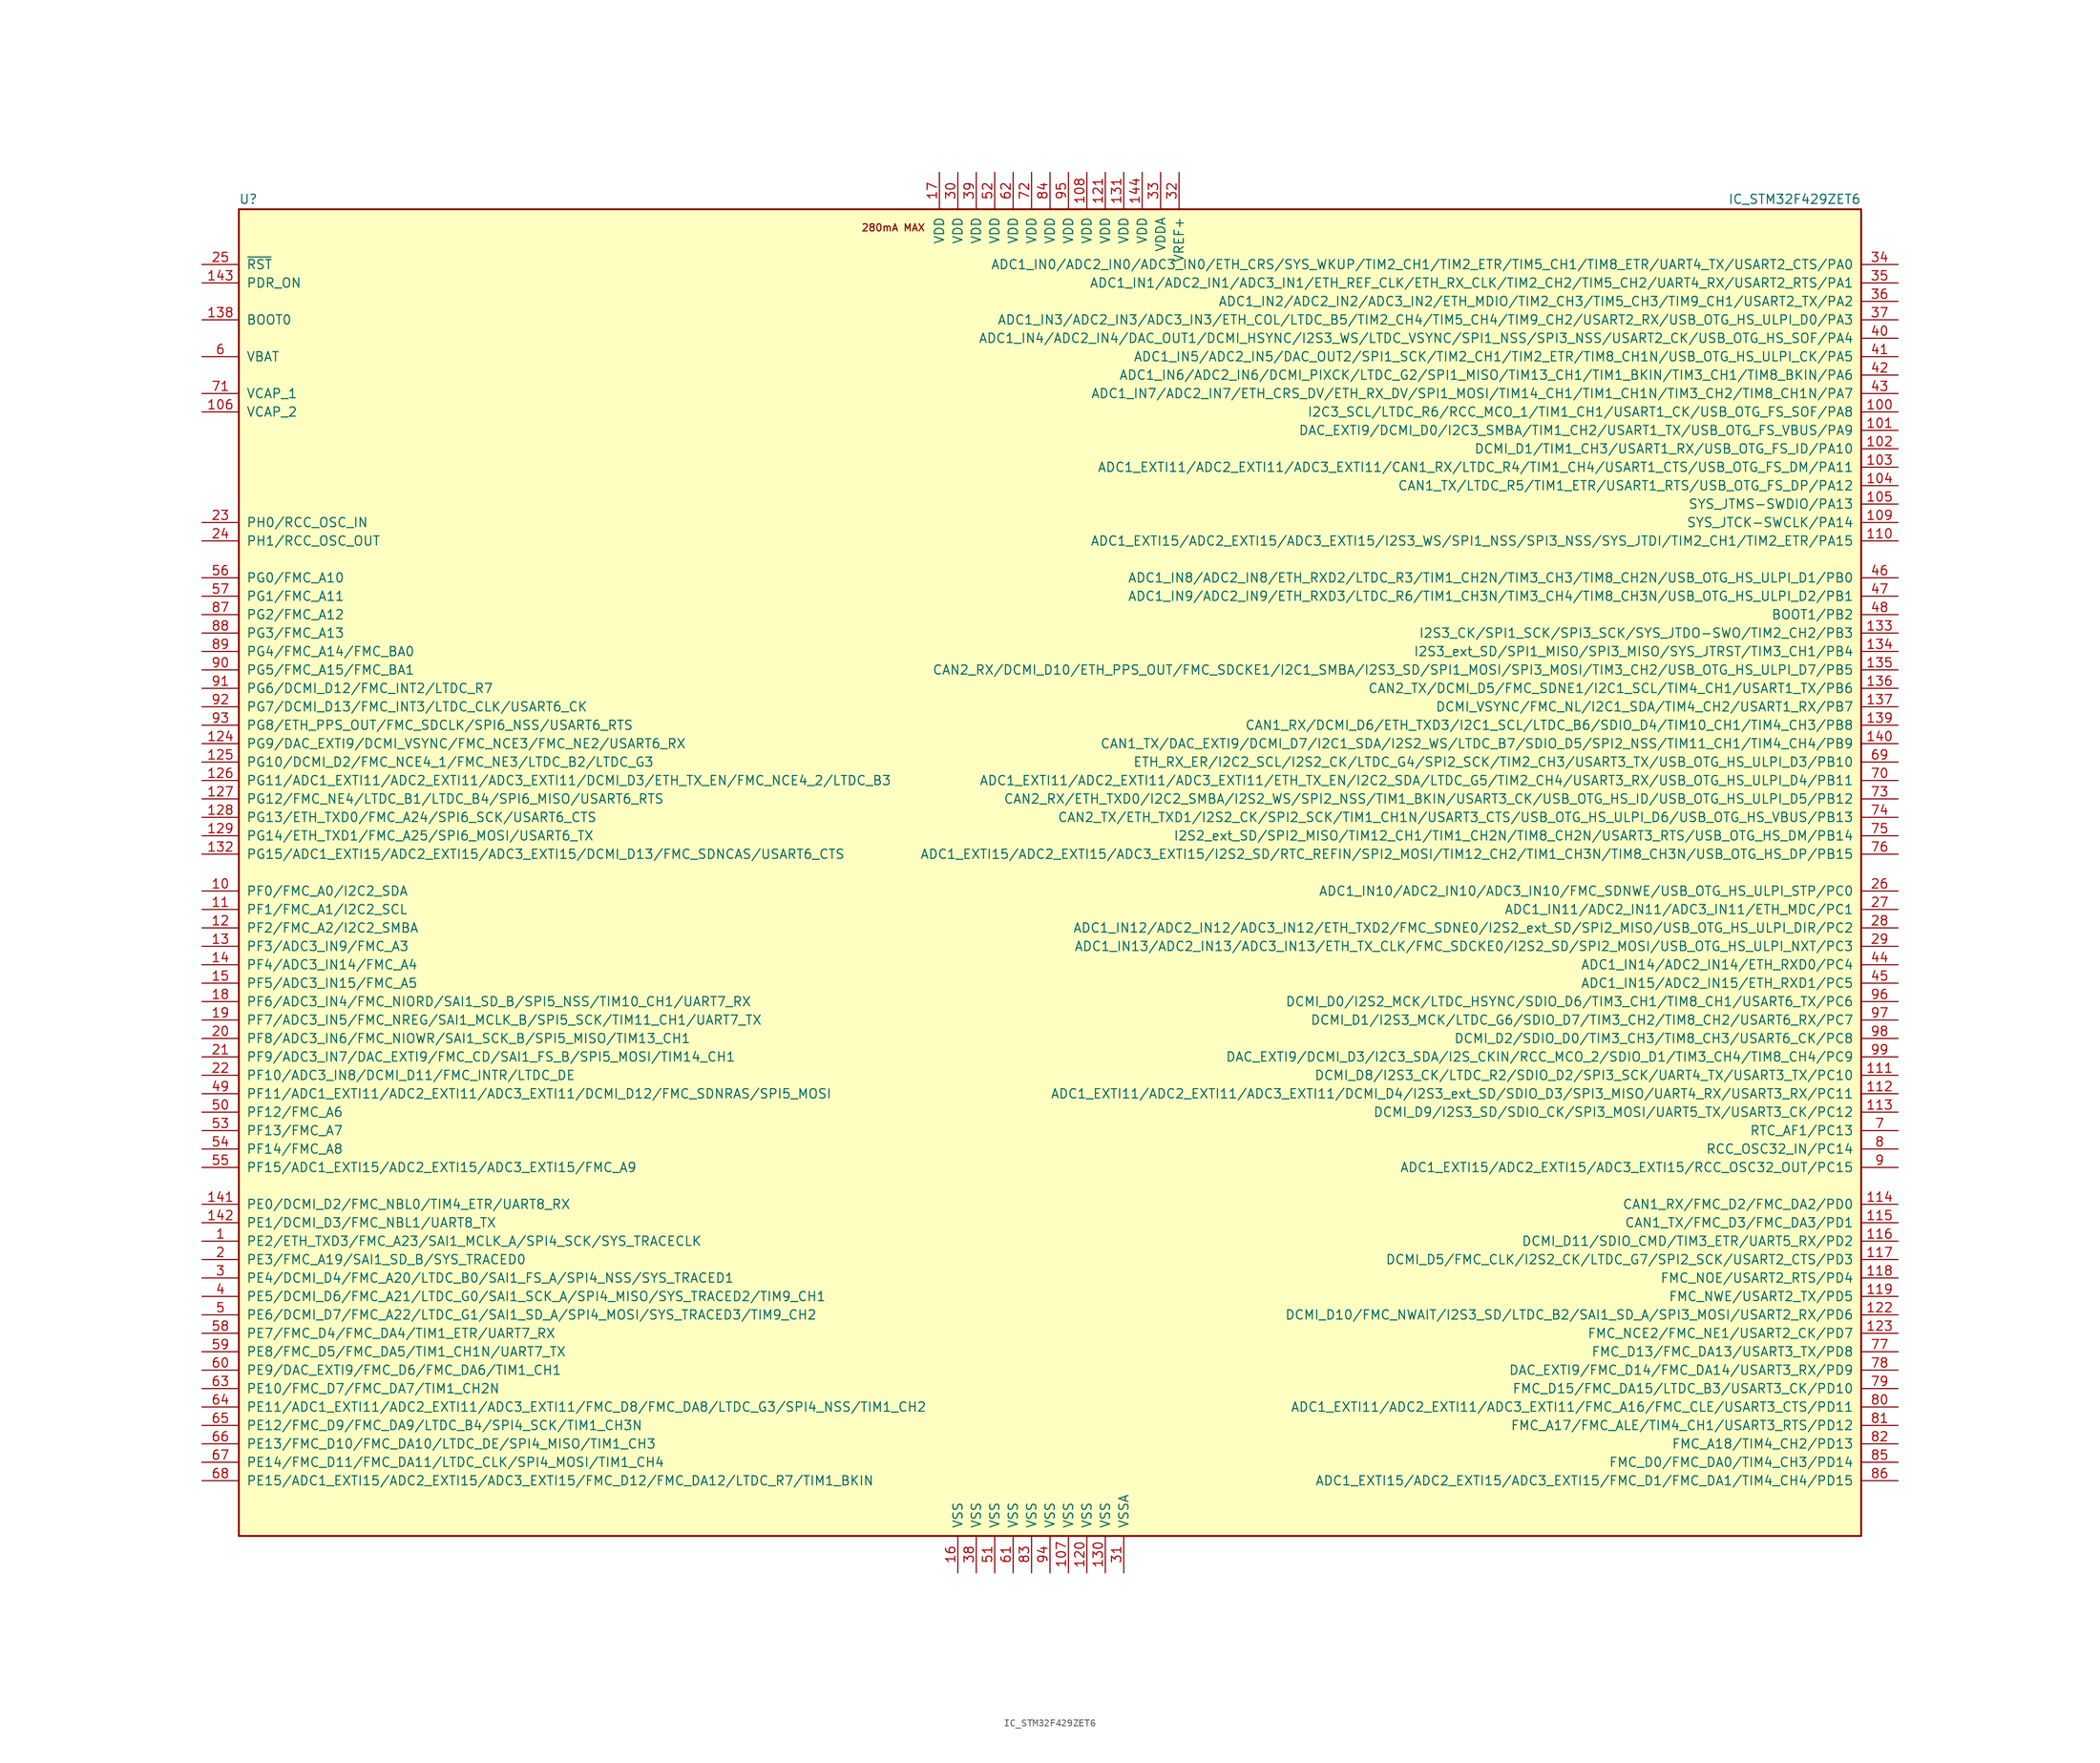
<source format=kicad_sym>
(kicad_symbol_lib
  (version 20211014)
  (generator kicad_symbol_editor)
  (symbol "IC_STM32F429ZET6"
    (pin_names
      (offset 1.016))
    (property "Reference" "U"
      (at -111.76 92.075 0)
      (effects (font (size 1.27 1.27)) (justify left bottom)))
    (property "Value" "IC_STM32F429ZET6"
      (at 111.76 92.075 0)
      (effects (font (size 1.27 1.27)) (justify right bottom)))
    (symbol "IC_STM32F429ZET6_0_0"
      (text "280mA MAX" (at -21.59 88.9 0) (effects (font (size 0.991 0.991)))))
    (symbol "IC_STM32F429ZET6_0_1"
      (rectangle (start -111.76 -91.44) (end 111.76 91.44) (stroke (width 0.254) (type default) (color 0 0 0 0)) (fill (type background))))
    (symbol "IC_STM32F429ZET6_1_1"
      (pin bidirectional line (at -116.84 -50.8 0) (length 5.08) (name "PE2/ETH_TXD3/FMC_A23/SAI1_MCLK_A/SPI4_SCK/SYS_TRACECLK" (effects (font (size 1.27 1.27)))) (number "1" (effects (font (size 1.27 1.27)))))
      (pin bidirectional line (at -116.84 -2.54 0) (length 5.08) (name "PF0/FMC_A0/I2C2_SDA" (effects (font (size 1.27 1.27)))) (number "10" (effects (font (size 1.27 1.27)))))
      (pin bidirectional line (at 116.84 63.5 180) (length 5.08) (name "I2C3_SCL/LTDC_R6/RCC_MCO_1/TIM1_CH1/USART1_CK/USB_OTG_FS_SOF/PA8" (effects (font (size 1.27 1.27)))) (number "100" (effects (font (size 1.27 1.27)))))
      (pin bidirectional line (at 116.84 60.96 180) (length 5.08) (name "DAC_EXTI9/DCMI_D0/I2C3_SMBA/TIM1_CH2/USART1_TX/USB_OTG_FS_VBUS/PA9" (effects (font (size 1.27 1.27)))) (number "101" (effects (font (size 1.27 1.27)))))
      (pin bidirectional line (at 116.84 58.42 180) (length 5.08) (name "DCMI_D1/TIM1_CH3/USART1_RX/USB_OTG_FS_ID/PA10" (effects (font (size 1.27 1.27)))) (number "102" (effects (font (size 1.27 1.27)))))
      (pin bidirectional line (at 116.84 55.88 180) (length 5.08) (name "ADC1_EXTI11/ADC2_EXTI11/ADC3_EXTI11/CAN1_RX/LTDC_R4/TIM1_CH4/USART1_CTS/USB_OTG_FS_DM/PA11" (effects (font (size 1.27 1.27)))) (number "103" (effects (font (size 1.27 1.27)))))
      (pin bidirectional line (at 116.84 53.34 180) (length 5.08) (name "CAN1_TX/LTDC_R5/TIM1_ETR/USART1_RTS/USB_OTG_FS_DP/PA12" (effects (font (size 1.27 1.27)))) (number "104" (effects (font (size 1.27 1.27)))))
      (pin bidirectional line (at 116.84 50.8 180) (length 5.08) (name "SYS_JTMS-SWDIO/PA13" (effects (font (size 1.27 1.27)))) (number "105" (effects (font (size 1.27 1.27)))))
      (pin passive line (at -116.84 63.5 0) (length 5.08) (name "VCAP_2" (effects (font (size 1.27 1.27)))) (number "106" (effects (font (size 1.27 1.27)))))
      (pin power_in line (at 2.54 -96.52 90) (length 5.08) (name "VSS" (effects (font (size 1.27 1.27)))) (number "107" (effects (font (size 1.27 1.27)))))
      (pin power_in line (at 5.08 96.52 270) (length 5.08) (name "VDD" (effects (font (size 1.27 1.27)))) (number "108" (effects (font (size 1.27 1.27)))))
      (pin bidirectional line (at 116.84 48.26 180) (length 5.08) (name "SYS_JTCK-SWCLK/PA14" (effects (font (size 1.27 1.27)))) (number "109" (effects (font (size 1.27 1.27)))))
      (pin bidirectional line (at -116.84 -5.08 0) (length 5.08) (name "PF1/FMC_A1/I2C2_SCL" (effects (font (size 1.27 1.27)))) (number "11" (effects (font (size 1.27 1.27)))))
      (pin bidirectional line (at 116.84 45.72 180) (length 5.08) (name "ADC1_EXTI15/ADC2_EXTI15/ADC3_EXTI15/I2S3_WS/SPI1_NSS/SPI3_NSS/SYS_JTDI/TIM2_CH1/TIM2_ETR/PA15" (effects (font (size 1.27 1.27)))) (number "110" (effects (font (size 1.27 1.27)))))
      (pin bidirectional line (at 116.84 -27.94 180) (length 5.08) (name "DCMI_D8/I2S3_CK/LTDC_R2/SDIO_D2/SPI3_SCK/UART4_TX/USART3_TX/PC10" (effects (font (size 1.27 1.27)))) (number "111" (effects (font (size 1.27 1.27)))))
      (pin bidirectional line (at 116.84 -30.48 180) (length 5.08) (name "ADC1_EXTI11/ADC2_EXTI11/ADC3_EXTI11/DCMI_D4/I2S3_ext_SD/SDIO_D3/SPI3_MISO/UART4_RX/USART3_RX/PC11" (effects (font (size 1.27 1.27)))) (number "112" (effects (font (size 1.27 1.27)))))
      (pin bidirectional line (at 116.84 -33.02 180) (length 5.08) (name "DCMI_D9/I2S3_SD/SDIO_CK/SPI3_MOSI/UART5_TX/USART3_CK/PC12" (effects (font (size 1.27 1.27)))) (number "113" (effects (font (size 1.27 1.27)))))
      (pin bidirectional line (at 116.84 -45.72 180) (length 5.08) (name "CAN1_RX/FMC_D2/FMC_DA2/PD0" (effects (font (size 1.27 1.27)))) (number "114" (effects (font (size 1.27 1.27)))))
      (pin bidirectional line (at 116.84 -48.26 180) (length 5.08) (name "CAN1_TX/FMC_D3/FMC_DA3/PD1" (effects (font (size 1.27 1.27)))) (number "115" (effects (font (size 1.27 1.27)))))
      (pin bidirectional line (at 116.84 -50.8 180) (length 5.08) (name "DCMI_D11/SDIO_CMD/TIM3_ETR/UART5_RX/PD2" (effects (font (size 1.27 1.27)))) (number "116" (effects (font (size 1.27 1.27)))))
      (pin bidirectional line (at 116.84 -53.34 180) (length 5.08) (name "DCMI_D5/FMC_CLK/I2S2_CK/LTDC_G7/SPI2_SCK/USART2_CTS/PD3" (effects (font (size 1.27 1.27)))) (number "117" (effects (font (size 1.27 1.27)))))
      (pin bidirectional line (at 116.84 -55.88 180) (length 5.08) (name "FMC_NOE/USART2_RTS/PD4" (effects (font (size 1.27 1.27)))) (number "118" (effects (font (size 1.27 1.27)))))
      (pin bidirectional line (at 116.84 -58.42 180) (length 5.08) (name "FMC_NWE/USART2_TX/PD5" (effects (font (size 1.27 1.27)))) (number "119" (effects (font (size 1.27 1.27)))))
      (pin bidirectional line (at -116.84 -7.62 0) (length 5.08) (name "PF2/FMC_A2/I2C2_SMBA" (effects (font (size 1.27 1.27)))) (number "12" (effects (font (size 1.27 1.27)))))
      (pin power_in line (at 5.08 -96.52 90) (length 5.08) (name "VSS" (effects (font (size 1.27 1.27)))) (number "120" (effects (font (size 1.27 1.27)))))
      (pin power_in line (at 7.62 96.52 270) (length 5.08) (name "VDD" (effects (font (size 1.27 1.27)))) (number "121" (effects (font (size 1.27 1.27)))))
      (pin bidirectional line (at 116.84 -60.96 180) (length 5.08) (name "DCMI_D10/FMC_NWAIT/I2S3_SD/LTDC_B2/SAI1_SD_A/SPI3_MOSI/USART2_RX/PD6" (effects (font (size 1.27 1.27)))) (number "122" (effects (font (size 1.27 1.27)))))
      (pin bidirectional line (at 116.84 -63.5 180) (length 5.08) (name "FMC_NCE2/FMC_NE1/USART2_CK/PD7" (effects (font (size 1.27 1.27)))) (number "123" (effects (font (size 1.27 1.27)))))
      (pin bidirectional line (at -116.84 17.78 0) (length 5.08) (name "PG9/DAC_EXTI9/DCMI_VSYNC/FMC_NCE3/FMC_NE2/USART6_RX" (effects (font (size 1.27 1.27)))) (number "124" (effects (font (size 1.27 1.27)))))
      (pin bidirectional line (at -116.84 15.24 0) (length 5.08) (name "PG10/DCMI_D2/FMC_NCE4_1/FMC_NE3/LTDC_B2/LTDC_G3" (effects (font (size 1.27 1.27)))) (number "125" (effects (font (size 1.27 1.27)))))
      (pin bidirectional line (at -116.84 12.7 0) (length 5.08) (name "PG11/ADC1_EXTI11/ADC2_EXTI11/ADC3_EXTI11/DCMI_D3/ETH_TX_EN/FMC_NCE4_2/LTDC_B3" (effects (font (size 1.27 1.27)))) (number "126" (effects (font (size 1.27 1.27)))))
      (pin bidirectional line (at -116.84 10.16 0) (length 5.08) (name "PG12/FMC_NE4/LTDC_B1/LTDC_B4/SPI6_MISO/USART6_RTS" (effects (font (size 1.27 1.27)))) (number "127" (effects (font (size 1.27 1.27)))))
      (pin bidirectional line (at -116.84 7.62 0) (length 5.08) (name "PG13/ETH_TXD0/FMC_A24/SPI6_SCK/USART6_CTS" (effects (font (size 1.27 1.27)))) (number "128" (effects (font (size 1.27 1.27)))))
      (pin bidirectional line (at -116.84 5.08 0) (length 5.08) (name "PG14/ETH_TXD1/FMC_A25/SPI6_MOSI/USART6_TX" (effects (font (size 1.27 1.27)))) (number "129" (effects (font (size 1.27 1.27)))))
      (pin bidirectional line (at -116.84 -10.16 0) (length 5.08) (name "PF3/ADC3_IN9/FMC_A3" (effects (font (size 1.27 1.27)))) (number "13" (effects (font (size 1.27 1.27)))))
      (pin power_in line (at 7.62 -96.52 90) (length 5.08) (name "VSS" (effects (font (size 1.27 1.27)))) (number "130" (effects (font (size 1.27 1.27)))))
      (pin power_in line (at 10.16 96.52 270) (length 5.08) (name "VDD" (effects (font (size 1.27 1.27)))) (number "131" (effects (font (size 1.27 1.27)))))
      (pin bidirectional line (at -116.84 2.54 0) (length 5.08) (name "PG15/ADC1_EXTI15/ADC2_EXTI15/ADC3_EXTI15/DCMI_D13/FMC_SDNCAS/USART6_CTS" (effects (font (size 1.27 1.27)))) (number "132" (effects (font (size 1.27 1.27)))))
      (pin bidirectional line (at 116.84 33.02 180) (length 5.08) (name "I2S3_CK/SPI1_SCK/SPI3_SCK/SYS_JTDO-SWO/TIM2_CH2/PB3" (effects (font (size 1.27 1.27)))) (number "133" (effects (font (size 1.27 1.27)))))
      (pin bidirectional line (at 116.84 30.48 180) (length 5.08) (name "I2S3_ext_SD/SPI1_MISO/SPI3_MISO/SYS_JTRST/TIM3_CH1/PB4" (effects (font (size 1.27 1.27)))) (number "134" (effects (font (size 1.27 1.27)))))
      (pin bidirectional line (at 116.84 27.94 180) (length 5.08) (name "CAN2_RX/DCMI_D10/ETH_PPS_OUT/FMC_SDCKE1/I2C1_SMBA/I2S3_SD/SPI1_MOSI/SPI3_MOSI/TIM3_CH2/USB_OTG_HS_ULPI_D7/PB5" (effects (font (size 1.27 1.27)))) (number "135" (effects (font (size 1.27 1.27)))))
      (pin bidirectional line (at 116.84 25.4 180) (length 5.08) (name "CAN2_TX/DCMI_D5/FMC_SDNE1/I2C1_SCL/TIM4_CH1/USART1_TX/PB6" (effects (font (size 1.27 1.27)))) (number "136" (effects (font (size 1.27 1.27)))))
      (pin bidirectional line (at 116.84 22.86 180) (length 5.08) (name "DCMI_VSYNC/FMC_NL/I2C1_SDA/TIM4_CH2/USART1_RX/PB7" (effects (font (size 1.27 1.27)))) (number "137" (effects (font (size 1.27 1.27)))))
      (pin input line (at -116.84 76.2 0) (length 5.08) (name "BOOT0" (effects (font (size 1.27 1.27)))) (number "138" (effects (font (size 1.27 1.27)))))
      (pin bidirectional line (at 116.84 20.32 180) (length 5.08) (name "CAN1_RX/DCMI_D6/ETH_TXD3/I2C1_SCL/LTDC_B6/SDIO_D4/TIM10_CH1/TIM4_CH3/PB8" (effects (font (size 1.27 1.27)))) (number "139" (effects (font (size 1.27 1.27)))))
      (pin bidirectional line (at -116.84 -12.7 0) (length 5.08) (name "PF4/ADC3_IN14/FMC_A4" (effects (font (size 1.27 1.27)))) (number "14" (effects (font (size 1.27 1.27)))))
      (pin bidirectional line (at 116.84 17.78 180) (length 5.08) (name "CAN1_TX/DAC_EXTI9/DCMI_D7/I2C1_SDA/I2S2_WS/LTDC_B7/SDIO_D5/SPI2_NSS/TIM11_CH1/TIM4_CH4/PB9" (effects (font (size 1.27 1.27)))) (number "140" (effects (font (size 1.27 1.27)))))
      (pin bidirectional line (at -116.84 -45.72 0) (length 5.08) (name "PE0/DCMI_D2/FMC_NBL0/TIM4_ETR/UART8_RX" (effects (font (size 1.27 1.27)))) (number "141" (effects (font (size 1.27 1.27)))))
      (pin bidirectional line (at -116.84 -48.26 0) (length 5.08) (name "PE1/DCMI_D3/FMC_NBL1/UART8_TX" (effects (font (size 1.27 1.27)))) (number "142" (effects (font (size 1.27 1.27)))))
      (pin input line (at -116.84 81.28 0) (length 5.08) (name "PDR_ON" (effects (font (size 1.27 1.27)))) (number "143" (effects (font (size 1.27 1.27)))))
      (pin power_in line (at 12.7 96.52 270) (length 5.08) (name "VDD" (effects (font (size 1.27 1.27)))) (number "144" (effects (font (size 1.27 1.27)))))
      (pin bidirectional line (at -116.84 -15.24 0) (length 5.08) (name "PF5/ADC3_IN15/FMC_A5" (effects (font (size 1.27 1.27)))) (number "15" (effects (font (size 1.27 1.27)))))
      (pin power_in line (at -12.7 -96.52 90) (length 5.08) (name "VSS" (effects (font (size 1.27 1.27)))) (number "16" (effects (font (size 1.27 1.27)))))
      (pin power_in line (at -15.24 96.52 270) (length 5.08) (name "VDD" (effects (font (size 1.27 1.27)))) (number "17" (effects (font (size 1.27 1.27)))))
      (pin bidirectional line (at -116.84 -17.78 0) (length 5.08) (name "PF6/ADC3_IN4/FMC_NIORD/SAI1_SD_B/SPI5_NSS/TIM10_CH1/UART7_RX" (effects (font (size 1.27 1.27)))) (number "18" (effects (font (size 1.27 1.27)))))
      (pin bidirectional line (at -116.84 -20.32 0) (length 5.08) (name "PF7/ADC3_IN5/FMC_NREG/SAI1_MCLK_B/SPI5_SCK/TIM11_CH1/UART7_TX" (effects (font (size 1.27 1.27)))) (number "19" (effects (font (size 1.27 1.27)))))
      (pin bidirectional line (at -116.84 -53.34 0) (length 5.08) (name "PE3/FMC_A19/SAI1_SD_B/SYS_TRACED0" (effects (font (size 1.27 1.27)))) (number "2" (effects (font (size 1.27 1.27)))))
      (pin bidirectional line (at -116.84 -22.86 0) (length 5.08) (name "PF8/ADC3_IN6/FMC_NIOWR/SAI1_SCK_B/SPI5_MISO/TIM13_CH1" (effects (font (size 1.27 1.27)))) (number "20" (effects (font (size 1.27 1.27)))))
      (pin bidirectional line (at -116.84 -25.4 0) (length 5.08) (name "PF9/ADC3_IN7/DAC_EXTI9/FMC_CD/SAI1_FS_B/SPI5_MOSI/TIM14_CH1" (effects (font (size 1.27 1.27)))) (number "21" (effects (font (size 1.27 1.27)))))
      (pin bidirectional line (at -116.84 -27.94 0) (length 5.08) (name "PF10/ADC3_IN8/DCMI_D11/FMC_INTR/LTDC_DE" (effects (font (size 1.27 1.27)))) (number "22" (effects (font (size 1.27 1.27)))))
      (pin input line (at -116.84 48.26 0) (length 5.08) (name "PH0/RCC_OSC_IN" (effects (font (size 1.27 1.27)))) (number "23" (effects (font (size 1.27 1.27)))))
      (pin input line (at -116.84 45.72 0) (length 5.08) (name "PH1/RCC_OSC_OUT" (effects (font (size 1.27 1.27)))) (number "24" (effects (font (size 1.27 1.27)))))
      (pin input line (at -116.84 83.82 0) (length 5.08) (name "~{RST}" (effects (font (size 1.27 1.27)))) (number "25" (effects (font (size 1.27 1.27)))))
      (pin bidirectional line (at 116.84 -2.54 180) (length 5.08) (name "ADC1_IN10/ADC2_IN10/ADC3_IN10/FMC_SDNWE/USB_OTG_HS_ULPI_STP/PC0" (effects (font (size 1.27 1.27)))) (number "26" (effects (font (size 1.27 1.27)))))
      (pin bidirectional line (at 116.84 -5.08 180) (length 5.08) (name "ADC1_IN11/ADC2_IN11/ADC3_IN11/ETH_MDC/PC1" (effects (font (size 1.27 1.27)))) (number "27" (effects (font (size 1.27 1.27)))))
      (pin bidirectional line (at 116.84 -7.62 180) (length 5.08) (name "ADC1_IN12/ADC2_IN12/ADC3_IN12/ETH_TXD2/FMC_SDNE0/I2S2_ext_SD/SPI2_MISO/USB_OTG_HS_ULPI_DIR/PC2" (effects (font (size 1.27 1.27)))) (number "28" (effects (font (size 1.27 1.27)))))
      (pin bidirectional line (at 116.84 -10.16 180) (length 5.08) (name "ADC1_IN13/ADC2_IN13/ADC3_IN13/ETH_TX_CLK/FMC_SDCKE0/I2S2_SD/SPI2_MOSI/USB_OTG_HS_ULPI_NXT/PC3" (effects (font (size 1.27 1.27)))) (number "29" (effects (font (size 1.27 1.27)))))
      (pin bidirectional line (at -116.84 -55.88 0) (length 5.08) (name "PE4/DCMI_D4/FMC_A20/LTDC_B0/SAI1_FS_A/SPI4_NSS/SYS_TRACED1" (effects (font (size 1.27 1.27)))) (number "3" (effects (font (size 1.27 1.27)))))
      (pin power_in line (at -12.7 96.52 270) (length 5.08) (name "VDD" (effects (font (size 1.27 1.27)))) (number "30" (effects (font (size 1.27 1.27)))))
      (pin power_in line (at 10.16 -96.52 90) (length 5.08) (name "VSSA" (effects (font (size 1.27 1.27)))) (number "31" (effects (font (size 1.27 1.27)))))
      (pin power_in line (at 17.78 96.52 270) (length 5.08) (name "VREF+" (effects (font (size 1.27 1.27)))) (number "32" (effects (font (size 1.27 1.27)))))
      (pin power_in line (at 15.24 96.52 270) (length 5.08) (name "VDDA" (effects (font (size 1.27 1.27)))) (number "33" (effects (font (size 1.27 1.27)))))
      (pin bidirectional line (at 116.84 83.82 180) (length 5.08) (name "ADC1_IN0/ADC2_IN0/ADC3_IN0/ETH_CRS/SYS_WKUP/TIM2_CH1/TIM2_ETR/TIM5_CH1/TIM8_ETR/UART4_TX/USART2_CTS/PA0" (effects (font (size 1.27 1.27)))) (number "34" (effects (font (size 1.27 1.27)))))
      (pin bidirectional line (at 116.84 81.28 180) (length 5.08) (name "ADC1_IN1/ADC2_IN1/ADC3_IN1/ETH_REF_CLK/ETH_RX_CLK/TIM2_CH2/TIM5_CH2/UART4_RX/USART2_RTS/PA1" (effects (font (size 1.27 1.27)))) (number "35" (effects (font (size 1.27 1.27)))))
      (pin bidirectional line (at 116.84 78.74 180) (length 5.08) (name "ADC1_IN2/ADC2_IN2/ADC3_IN2/ETH_MDIO/TIM2_CH3/TIM5_CH3/TIM9_CH1/USART2_TX/PA2" (effects (font (size 1.27 1.27)))) (number "36" (effects (font (size 1.27 1.27)))))
      (pin bidirectional line (at 116.84 76.2 180) (length 5.08) (name "ADC1_IN3/ADC2_IN3/ADC3_IN3/ETH_COL/LTDC_B5/TIM2_CH4/TIM5_CH4/TIM9_CH2/USART2_RX/USB_OTG_HS_ULPI_D0/PA3" (effects (font (size 1.27 1.27)))) (number "37" (effects (font (size 1.27 1.27)))))
      (pin power_in line (at -10.16 -96.52 90) (length 5.08) (name "VSS" (effects (font (size 1.27 1.27)))) (number "38" (effects (font (size 1.27 1.27)))))
      (pin power_in line (at -10.16 96.52 270) (length 5.08) (name "VDD" (effects (font (size 1.27 1.27)))) (number "39" (effects (font (size 1.27 1.27)))))
      (pin bidirectional line (at -116.84 -58.42 0) (length 5.08) (name "PE5/DCMI_D6/FMC_A21/LTDC_G0/SAI1_SCK_A/SPI4_MISO/SYS_TRACED2/TIM9_CH1" (effects (font (size 1.27 1.27)))) (number "4" (effects (font (size 1.27 1.27)))))
      (pin bidirectional line (at 116.84 73.66 180) (length 5.08) (name "ADC1_IN4/ADC2_IN4/DAC_OUT1/DCMI_HSYNC/I2S3_WS/LTDC_VSYNC/SPI1_NSS/SPI3_NSS/USART2_CK/USB_OTG_HS_SOF/PA4" (effects (font (size 1.27 1.27)))) (number "40" (effects (font (size 1.27 1.27)))))
      (pin bidirectional line (at 116.84 71.12 180) (length 5.08) (name "ADC1_IN5/ADC2_IN5/DAC_OUT2/SPI1_SCK/TIM2_CH1/TIM2_ETR/TIM8_CH1N/USB_OTG_HS_ULPI_CK/PA5" (effects (font (size 1.27 1.27)))) (number "41" (effects (font (size 1.27 1.27)))))
      (pin bidirectional line (at 116.84 68.58 180) (length 5.08) (name "ADC1_IN6/ADC2_IN6/DCMI_PIXCK/LTDC_G2/SPI1_MISO/TIM13_CH1/TIM1_BKIN/TIM3_CH1/TIM8_BKIN/PA6" (effects (font (size 1.27 1.27)))) (number "42" (effects (font (size 1.27 1.27)))))
      (pin bidirectional line (at 116.84 66.04 180) (length 5.08) (name "ADC1_IN7/ADC2_IN7/ETH_CRS_DV/ETH_RX_DV/SPI1_MOSI/TIM14_CH1/TIM1_CH1N/TIM3_CH2/TIM8_CH1N/PA7" (effects (font (size 1.27 1.27)))) (number "43" (effects (font (size 1.27 1.27)))))
      (pin bidirectional line (at 116.84 -12.7 180) (length 5.08) (name "ADC1_IN14/ADC2_IN14/ETH_RXD0/PC4" (effects (font (size 1.27 1.27)))) (number "44" (effects (font (size 1.27 1.27)))))
      (pin bidirectional line (at 116.84 -15.24 180) (length 5.08) (name "ADC1_IN15/ADC2_IN15/ETH_RXD1/PC5" (effects (font (size 1.27 1.27)))) (number "45" (effects (font (size 1.27 1.27)))))
      (pin bidirectional line (at 116.84 40.64 180) (length 5.08) (name "ADC1_IN8/ADC2_IN8/ETH_RXD2/LTDC_R3/TIM1_CH2N/TIM3_CH3/TIM8_CH2N/USB_OTG_HS_ULPI_D1/PB0" (effects (font (size 1.27 1.27)))) (number "46" (effects (font (size 1.27 1.27)))))
      (pin bidirectional line (at 116.84 38.1 180) (length 5.08) (name "ADC1_IN9/ADC2_IN9/ETH_RXD3/LTDC_R6/TIM1_CH3N/TIM3_CH4/TIM8_CH3N/USB_OTG_HS_ULPI_D2/PB1" (effects (font (size 1.27 1.27)))) (number "47" (effects (font (size 1.27 1.27)))))
      (pin bidirectional line (at 116.84 35.56 180) (length 5.08) (name "BOOT1/PB2" (effects (font (size 1.27 1.27)))) (number "48" (effects (font (size 1.27 1.27)))))
      (pin bidirectional line (at -116.84 -30.48 0) (length 5.08) (name "PF11/ADC1_EXTI11/ADC2_EXTI11/ADC3_EXTI11/DCMI_D12/FMC_SDNRAS/SPI5_MOSI" (effects (font (size 1.27 1.27)))) (number "49" (effects (font (size 1.27 1.27)))))
      (pin bidirectional line (at -116.84 -60.96 0) (length 5.08) (name "PE6/DCMI_D7/FMC_A22/LTDC_G1/SAI1_SD_A/SPI4_MOSI/SYS_TRACED3/TIM9_CH2" (effects (font (size 1.27 1.27)))) (number "5" (effects (font (size 1.27 1.27)))))
      (pin bidirectional line (at -116.84 -33.02 0) (length 5.08) (name "PF12/FMC_A6" (effects (font (size 1.27 1.27)))) (number "50" (effects (font (size 1.27 1.27)))))
      (pin power_in line (at -7.62 -96.52 90) (length 5.08) (name "VSS" (effects (font (size 1.27 1.27)))) (number "51" (effects (font (size 1.27 1.27)))))
      (pin power_in line (at -7.62 96.52 270) (length 5.08) (name "VDD" (effects (font (size 1.27 1.27)))) (number "52" (effects (font (size 1.27 1.27)))))
      (pin bidirectional line (at -116.84 -35.56 0) (length 5.08) (name "PF13/FMC_A7" (effects (font (size 1.27 1.27)))) (number "53" (effects (font (size 1.27 1.27)))))
      (pin bidirectional line (at -116.84 -38.1 0) (length 5.08) (name "PF14/FMC_A8" (effects (font (size 1.27 1.27)))) (number "54" (effects (font (size 1.27 1.27)))))
      (pin bidirectional line (at -116.84 -40.64 0) (length 5.08) (name "PF15/ADC1_EXTI15/ADC2_EXTI15/ADC3_EXTI15/FMC_A9" (effects (font (size 1.27 1.27)))) (number "55" (effects (font (size 1.27 1.27)))))
      (pin bidirectional line (at -116.84 40.64 0) (length 5.08) (name "PG0/FMC_A10" (effects (font (size 1.27 1.27)))) (number "56" (effects (font (size 1.27 1.27)))))
      (pin bidirectional line (at -116.84 38.1 0) (length 5.08) (name "PG1/FMC_A11" (effects (font (size 1.27 1.27)))) (number "57" (effects (font (size 1.27 1.27)))))
      (pin bidirectional line (at -116.84 -63.5 0) (length 5.08) (name "PE7/FMC_D4/FMC_DA4/TIM1_ETR/UART7_RX" (effects (font (size 1.27 1.27)))) (number "58" (effects (font (size 1.27 1.27)))))
      (pin bidirectional line (at -116.84 -66.04 0) (length 5.08) (name "PE8/FMC_D5/FMC_DA5/TIM1_CH1N/UART7_TX" (effects (font (size 1.27 1.27)))) (number "59" (effects (font (size 1.27 1.27)))))
      (pin power_in line (at -116.84 71.12 0) (length 5.08) (name "VBAT" (effects (font (size 1.27 1.27)))) (number "6" (effects (font (size 1.27 1.27)))))
      (pin bidirectional line (at -116.84 -68.58 0) (length 5.08) (name "PE9/DAC_EXTI9/FMC_D6/FMC_DA6/TIM1_CH1" (effects (font (size 1.27 1.27)))) (number "60" (effects (font (size 1.27 1.27)))))
      (pin power_in line (at -5.08 -96.52 90) (length 5.08) (name "VSS" (effects (font (size 1.27 1.27)))) (number "61" (effects (font (size 1.27 1.27)))))
      (pin power_in line (at -5.08 96.52 270) (length 5.08) (name "VDD" (effects (font (size 1.27 1.27)))) (number "62" (effects (font (size 1.27 1.27)))))
      (pin bidirectional line (at -116.84 -71.12 0) (length 5.08) (name "PE10/FMC_D7/FMC_DA7/TIM1_CH2N" (effects (font (size 1.27 1.27)))) (number "63" (effects (font (size 1.27 1.27)))))
      (pin bidirectional line (at -116.84 -73.66 0) (length 5.08) (name "PE11/ADC1_EXTI11/ADC2_EXTI11/ADC3_EXTI11/FMC_D8/FMC_DA8/LTDC_G3/SPI4_NSS/TIM1_CH2" (effects (font (size 1.27 1.27)))) (number "64" (effects (font (size 1.27 1.27)))))
      (pin bidirectional line (at -116.84 -76.2 0) (length 5.08) (name "PE12/FMC_D9/FMC_DA9/LTDC_B4/SPI4_SCK/TIM1_CH3N" (effects (font (size 1.27 1.27)))) (number "65" (effects (font (size 1.27 1.27)))))
      (pin bidirectional line (at -116.84 -78.74 0) (length 5.08) (name "PE13/FMC_D10/FMC_DA10/LTDC_DE/SPI4_MISO/TIM1_CH3" (effects (font (size 1.27 1.27)))) (number "66" (effects (font (size 1.27 1.27)))))
      (pin bidirectional line (at -116.84 -81.28 0) (length 5.08) (name "PE14/FMC_D11/FMC_DA11/LTDC_CLK/SPI4_MOSI/TIM1_CH4" (effects (font (size 1.27 1.27)))) (number "67" (effects (font (size 1.27 1.27)))))
      (pin bidirectional line (at -116.84 -83.82 0) (length 5.08) (name "PE15/ADC1_EXTI15/ADC2_EXTI15/ADC3_EXTI15/FMC_D12/FMC_DA12/LTDC_R7/TIM1_BKIN" (effects (font (size 1.27 1.27)))) (number "68" (effects (font (size 1.27 1.27)))))
      (pin bidirectional line (at 116.84 15.24 180) (length 5.08) (name "ETH_RX_ER/I2C2_SCL/I2S2_CK/LTDC_G4/SPI2_SCK/TIM2_CH3/USART3_TX/USB_OTG_HS_ULPI_D3/PB10" (effects (font (size 1.27 1.27)))) (number "69" (effects (font (size 1.27 1.27)))))
      (pin bidirectional line (at 116.84 -35.56 180) (length 5.08) (name "RTC_AF1/PC13" (effects (font (size 1.27 1.27)))) (number "7" (effects (font (size 1.27 1.27)))))
      (pin bidirectional line (at 116.84 12.7 180) (length 5.08) (name "ADC1_EXTI11/ADC2_EXTI11/ADC3_EXTI11/ETH_TX_EN/I2C2_SDA/LTDC_G5/TIM2_CH4/USART3_RX/USB_OTG_HS_ULPI_D4/PB11" (effects (font (size 1.27 1.27)))) (number "70" (effects (font (size 1.27 1.27)))))
      (pin passive line (at -116.84 66.04 0) (length 5.08) (name "VCAP_1" (effects (font (size 1.27 1.27)))) (number "71" (effects (font (size 1.27 1.27)))))
      (pin power_in line (at -2.54 96.52 270) (length 5.08) (name "VDD" (effects (font (size 1.27 1.27)))) (number "72" (effects (font (size 1.27 1.27)))))
      (pin bidirectional line (at 116.84 10.16 180) (length 5.08) (name "CAN2_RX/ETH_TXD0/I2C2_SMBA/I2S2_WS/SPI2_NSS/TIM1_BKIN/USART3_CK/USB_OTG_HS_ID/USB_OTG_HS_ULPI_D5/PB12" (effects (font (size 1.27 1.27)))) (number "73" (effects (font (size 1.27 1.27)))))
      (pin bidirectional line (at 116.84 7.62 180) (length 5.08) (name "CAN2_TX/ETH_TXD1/I2S2_CK/SPI2_SCK/TIM1_CH1N/USART3_CTS/USB_OTG_HS_ULPI_D6/USB_OTG_HS_VBUS/PB13" (effects (font (size 1.27 1.27)))) (number "74" (effects (font (size 1.27 1.27)))))
      (pin bidirectional line (at 116.84 5.08 180) (length 5.08) (name "I2S2_ext_SD/SPI2_MISO/TIM12_CH1/TIM1_CH2N/TIM8_CH2N/USART3_RTS/USB_OTG_HS_DM/PB14" (effects (font (size 1.27 1.27)))) (number "75" (effects (font (size 1.27 1.27)))))
      (pin bidirectional line (at 116.84 2.54 180) (length 5.08) (name "ADC1_EXTI15/ADC2_EXTI15/ADC3_EXTI15/I2S2_SD/RTC_REFIN/SPI2_MOSI/TIM12_CH2/TIM1_CH3N/TIM8_CH3N/USB_OTG_HS_DP/PB15" (effects (font (size 1.27 1.27)))) (number "76" (effects (font (size 1.27 1.27)))))
      (pin bidirectional line (at 116.84 -66.04 180) (length 5.08) (name "FMC_D13/FMC_DA13/USART3_TX/PD8" (effects (font (size 1.27 1.27)))) (number "77" (effects (font (size 1.27 1.27)))))
      (pin bidirectional line (at 116.84 -68.58 180) (length 5.08) (name "DAC_EXTI9/FMC_D14/FMC_DA14/USART3_RX/PD9" (effects (font (size 1.27 1.27)))) (number "78" (effects (font (size 1.27 1.27)))))
      (pin bidirectional line (at 116.84 -71.12 180) (length 5.08) (name "FMC_D15/FMC_DA15/LTDC_B3/USART3_CK/PD10" (effects (font (size 1.27 1.27)))) (number "79" (effects (font (size 1.27 1.27)))))
      (pin bidirectional line (at 116.84 -38.1 180) (length 5.08) (name "RCC_OSC32_IN/PC14" (effects (font (size 1.27 1.27)))) (number "8" (effects (font (size 1.27 1.27)))))
      (pin bidirectional line (at 116.84 -73.66 180) (length 5.08) (name "ADC1_EXTI11/ADC2_EXTI11/ADC3_EXTI11/FMC_A16/FMC_CLE/USART3_CTS/PD11" (effects (font (size 1.27 1.27)))) (number "80" (effects (font (size 1.27 1.27)))))
      (pin bidirectional line (at 116.84 -76.2 180) (length 5.08) (name "FMC_A17/FMC_ALE/TIM4_CH1/USART3_RTS/PD12" (effects (font (size 1.27 1.27)))) (number "81" (effects (font (size 1.27 1.27)))))
      (pin bidirectional line (at 116.84 -78.74 180) (length 5.08) (name "FMC_A18/TIM4_CH2/PD13" (effects (font (size 1.27 1.27)))) (number "82" (effects (font (size 1.27 1.27)))))
      (pin power_in line (at -2.54 -96.52 90) (length 5.08) (name "VSS" (effects (font (size 1.27 1.27)))) (number "83" (effects (font (size 1.27 1.27)))))
      (pin power_in line (at 0 96.52 270) (length 5.08) (name "VDD" (effects (font (size 1.27 1.27)))) (number "84" (effects (font (size 1.27 1.27)))))
      (pin bidirectional line (at 116.84 -81.28 180) (length 5.08) (name "FMC_D0/FMC_DA0/TIM4_CH3/PD14" (effects (font (size 1.27 1.27)))) (number "85" (effects (font (size 1.27 1.27)))))
      (pin bidirectional line (at 116.84 -83.82 180) (length 5.08) (name "ADC1_EXTI15/ADC2_EXTI15/ADC3_EXTI15/FMC_D1/FMC_DA1/TIM4_CH4/PD15" (effects (font (size 1.27 1.27)))) (number "86" (effects (font (size 1.27 1.27)))))
      (pin bidirectional line (at -116.84 35.56 0) (length 5.08) (name "PG2/FMC_A12" (effects (font (size 1.27 1.27)))) (number "87" (effects (font (size 1.27 1.27)))))
      (pin bidirectional line (at -116.84 33.02 0) (length 5.08) (name "PG3/FMC_A13" (effects (font (size 1.27 1.27)))) (number "88" (effects (font (size 1.27 1.27)))))
      (pin bidirectional line (at -116.84 30.48 0) (length 5.08) (name "PG4/FMC_A14/FMC_BA0" (effects (font (size 1.27 1.27)))) (number "89" (effects (font (size 1.27 1.27)))))
      (pin bidirectional line (at 116.84 -40.64 180) (length 5.08) (name "ADC1_EXTI15/ADC2_EXTI15/ADC3_EXTI15/RCC_OSC32_OUT/PC15" (effects (font (size 1.27 1.27)))) (number "9" (effects (font (size 1.27 1.27)))))
      (pin bidirectional line (at -116.84 27.94 0) (length 5.08) (name "PG5/FMC_A15/FMC_BA1" (effects (font (size 1.27 1.27)))) (number "90" (effects (font (size 1.27 1.27)))))
      (pin bidirectional line (at -116.84 25.4 0) (length 5.08) (name "PG6/DCMI_D12/FMC_INT2/LTDC_R7" (effects (font (size 1.27 1.27)))) (number "91" (effects (font (size 1.27 1.27)))))
      (pin bidirectional line (at -116.84 22.86 0) (length 5.08) (name "PG7/DCMI_D13/FMC_INT3/LTDC_CLK/USART6_CK" (effects (font (size 1.27 1.27)))) (number "92" (effects (font (size 1.27 1.27)))))
      (pin bidirectional line (at -116.84 20.32 0) (length 5.08) (name "PG8/ETH_PPS_OUT/FMC_SDCLK/SPI6_NSS/USART6_RTS" (effects (font (size 1.27 1.27)))) (number "93" (effects (font (size 1.27 1.27)))))
      (pin power_in line (at 0 -96.52 90) (length 5.08) (name "VSS" (effects (font (size 1.27 1.27)))) (number "94" (effects (font (size 1.27 1.27)))))
      (pin power_in line (at 2.54 96.52 270) (length 5.08) (name "VDD" (effects (font (size 1.27 1.27)))) (number "95" (effects (font (size 1.27 1.27)))))
      (pin bidirectional line (at 116.84 -17.78 180) (length 5.08) (name "DCMI_D0/I2S2_MCK/LTDC_HSYNC/SDIO_D6/TIM3_CH1/TIM8_CH1/USART6_TX/PC6" (effects (font (size 1.27 1.27)))) (number "96" (effects (font (size 1.27 1.27)))))
      (pin bidirectional line (at 116.84 -20.32 180) (length 5.08) (name "DCMI_D1/I2S3_MCK/LTDC_G6/SDIO_D7/TIM3_CH2/TIM8_CH2/USART6_RX/PC7" (effects (font (size 1.27 1.27)))) (number "97" (effects (font (size 1.27 1.27)))))
      (pin bidirectional line (at 116.84 -22.86 180) (length 5.08) (name "DCMI_D2/SDIO_D0/TIM3_CH3/TIM8_CH3/USART6_CK/PC8" (effects (font (size 1.27 1.27)))) (number "98" (effects (font (size 1.27 1.27)))))
      (pin bidirectional line (at 116.84 -25.4 180) (length 5.08) (name "DAC_EXTI9/DCMI_D3/I2C3_SDA/I2S_CKIN/RCC_MCO_2/SDIO_D1/TIM3_CH4/TIM8_CH4/PC9" (effects (font (size 1.27 1.27)))) (number "99" (effects (font (size 1.27 1.27))))))))
</source>
